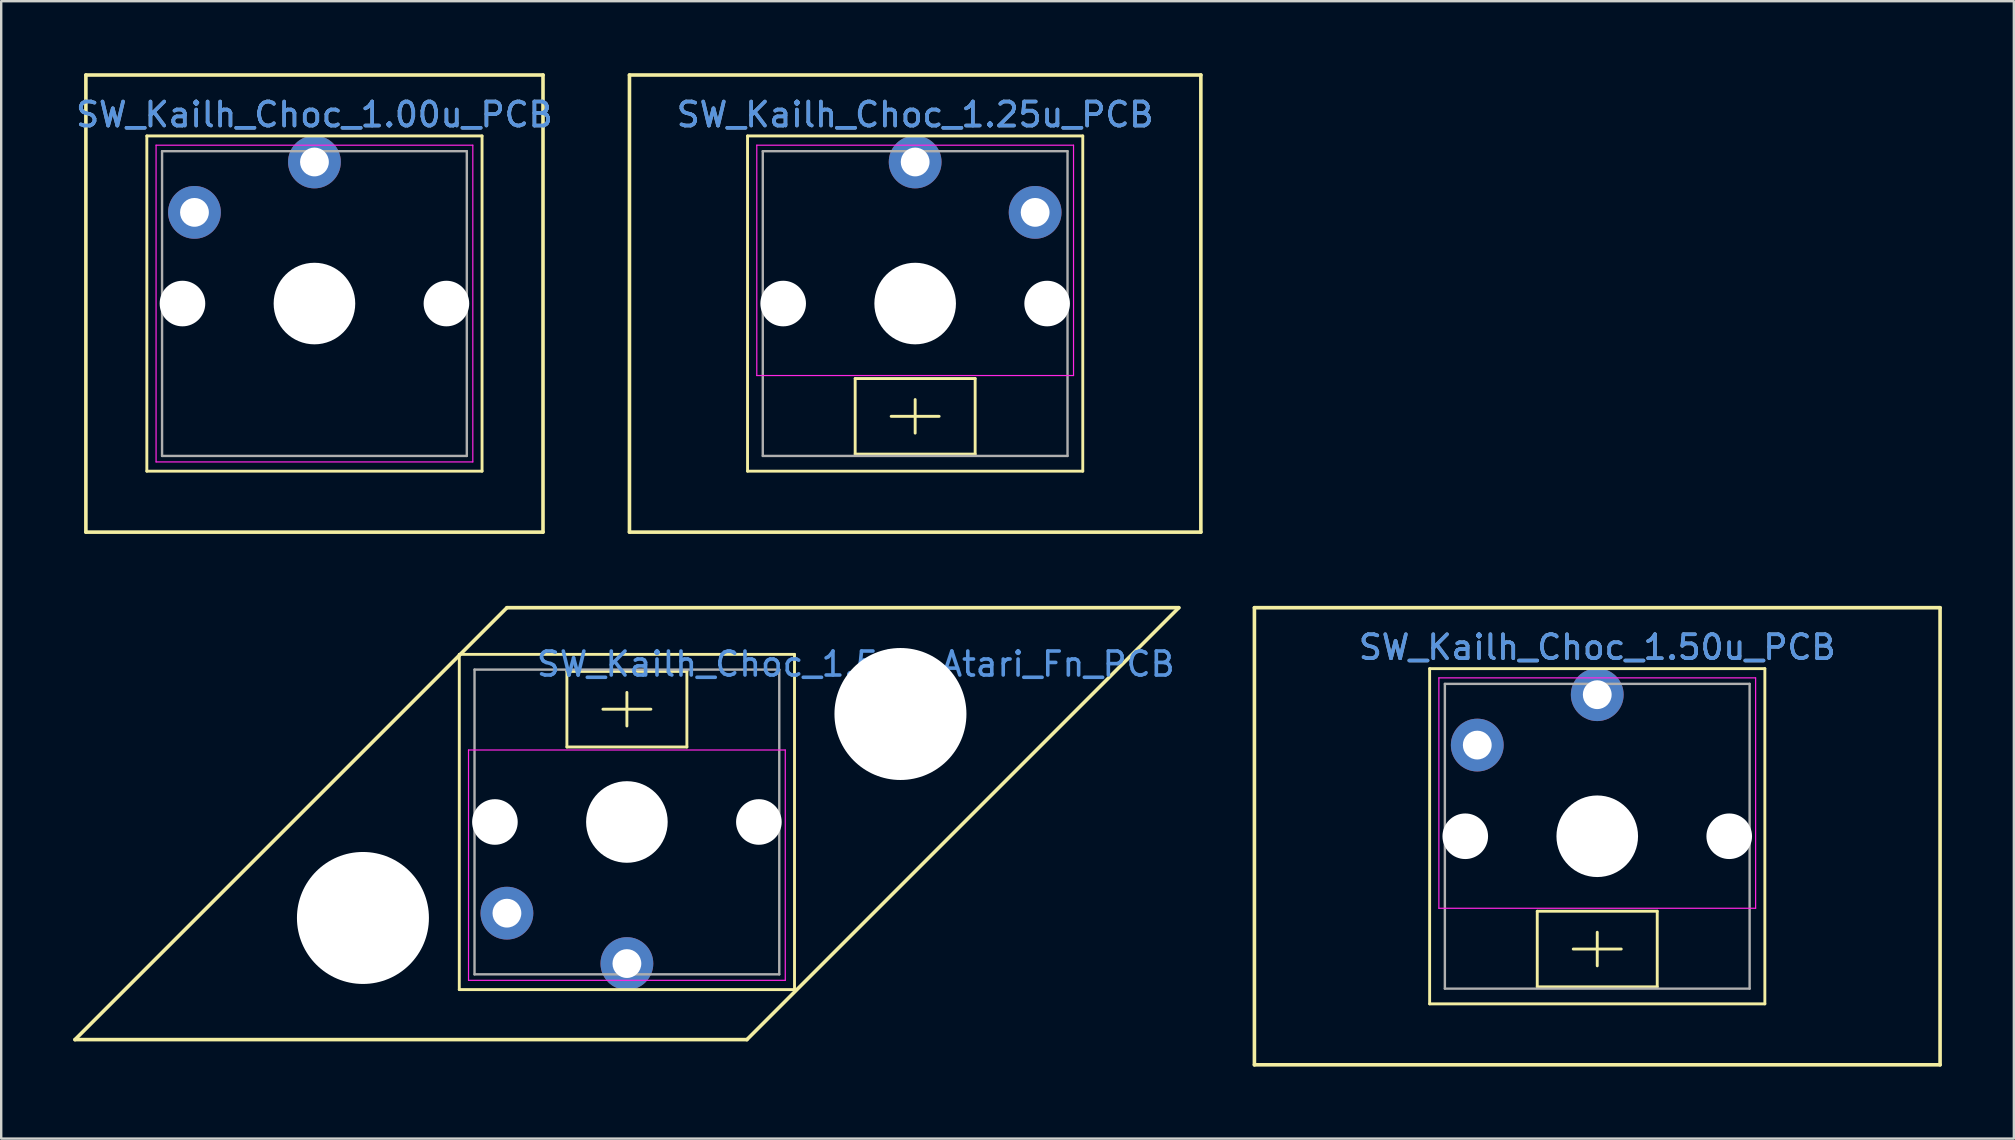
<source format=kicad_pcb>
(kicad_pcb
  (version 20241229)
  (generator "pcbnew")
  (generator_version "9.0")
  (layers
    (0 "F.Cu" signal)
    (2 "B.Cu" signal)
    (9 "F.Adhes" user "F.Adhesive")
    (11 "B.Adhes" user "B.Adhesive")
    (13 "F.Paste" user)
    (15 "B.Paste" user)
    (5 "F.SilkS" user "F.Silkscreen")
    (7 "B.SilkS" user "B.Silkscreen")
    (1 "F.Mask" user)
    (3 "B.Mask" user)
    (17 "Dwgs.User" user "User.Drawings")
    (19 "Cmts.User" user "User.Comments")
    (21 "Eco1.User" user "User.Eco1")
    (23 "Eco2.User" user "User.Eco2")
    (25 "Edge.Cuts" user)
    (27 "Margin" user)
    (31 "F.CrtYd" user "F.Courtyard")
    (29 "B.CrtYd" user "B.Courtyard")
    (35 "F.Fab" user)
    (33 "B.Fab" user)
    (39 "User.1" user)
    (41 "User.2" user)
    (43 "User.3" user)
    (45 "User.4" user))
  (footprint "SW_Kailh_Choc_1.50u_PCB"
    (layer "F.Cu")
    (at 63.513 31.8)
    (property "Reference" "SW_Kailh_Choc_1.50u_PCB" (at 0 -7.874 0) (layer "Cmts.User") (effects (font (size 1 1) (thickness 0.15))))
    (attr through_hole)
    (fp_line (start -14.287 -9.525) (end 14.287 -9.525) (stroke (width 0.15) (type solid)) (layer "F.SilkS"))
    (fp_line (start -14.287 9.525) (end -14.287 -9.525) (stroke (width 0.15) (type solid)) (layer "F.SilkS"))
    (fp_line (start -6.985 -6.985) (end 6.985 -6.985) (stroke (width 0.12) (type solid)) (layer "F.SilkS"))
    (fp_line (start -6.985 6.985) (end -6.985 -6.985) (stroke (width 0.12) (type solid)) (layer "F.SilkS"))
    (fp_line (start -2.5 3.125) (end -2.5 6.275) (stroke (width 0.12) (type solid)) (layer "F.SilkS"))
    (fp_line (start -2.5 3.125) (end 2.5 3.125) (stroke (width 0.12) (type solid)) (layer "F.SilkS"))
    (fp_line (start -1 4.7) (end 1 4.7) (stroke (width 0.12) (type solid)) (layer "F.SilkS"))
    (fp_line (start 0 4) (end 0 5.4) (stroke (width 0.12) (type solid)) (layer "F.SilkS"))
    (fp_line (start 2.5 3.125) (end 2.5 6.275) (stroke (width 0.12) (type solid)) (layer "F.SilkS"))
    (fp_line (start 2.5 6.275) (end -2.5 6.275) (stroke (width 0.12) (type solid)) (layer "F.SilkS"))
    (fp_line (start 6.985 -6.985) (end 6.985 6.985) (stroke (width 0.12) (type solid)) (layer "F.SilkS"))
    (fp_line (start 6.985 6.985) (end -6.985 6.985) (stroke (width 0.12) (type solid)) (layer "F.SilkS"))
    (fp_line (start 14.287 -9.525) (end 14.287 9.525) (stroke (width 0.15) (type solid)) (layer "F.SilkS"))
    (fp_line (start 14.287 9.525) (end -14.287 9.525) (stroke (width 0.15) (type solid)) (layer "F.SilkS"))
    (fp_line (start -6.6 -6.6) (end 6.6 -6.6) (stroke (width 0.05) (type solid)) (layer "F.CrtYd"))
    (fp_line (start -6.6 3) (end -6.6 -6.6) (stroke (width 0.05) (type solid)) (layer "F.CrtYd"))
    (fp_line (start 6.6 -6.6) (end 6.6 3) (stroke (width 0.05) (type solid)) (layer "F.CrtYd"))
    (fp_line (start 6.6 3) (end -6.6 3) (stroke (width 0.05) (type solid)) (layer "F.CrtYd"))
    (fp_line (start -6.35 -6.35) (end 6.35 -6.35) (stroke (width 0.1) (type solid)) (layer "F.Fab"))
    (fp_line (start -6.35 6.35) (end -6.35 -6.35) (stroke (width 0.1) (type solid)) (layer "F.Fab"))
    (fp_line (start 6.35 -6.35) (end 6.35 6.35) (stroke (width 0.1) (type solid)) (layer "F.Fab"))
    (fp_line (start 6.35 6.35) (end -6.35 6.35) (stroke (width 0.1) (type solid)) (layer "F.Fab"))
    (fp_text user "${REFERENCE}" (at 0 -7.874 0) (layer "F.Fab") (effects (font (size 1 1) (thickness 0.15))))
    (pad "" np_thru_hole circle (at -5.5 0) (size 1.9 1.9) (drill 1.9) (layers "*.Cu" "*.Mask"))
    (pad "" np_thru_hole circle (at 0 0) (size 3.4 3.4) (drill 3.4) (layers "*.Cu" "*.Mask"))
    (pad "" np_thru_hole circle (at 5.5 0) (size 1.9 1.9) (drill 1.9) (layers "*.Cu" "*.Mask"))
    (pad "1" thru_hole circle (at 0 -5.9) (size 2.2 2.2) (drill 1.2) (layers "*.Cu" "*.Mask"))
    (pad "2" thru_hole circle (at -5 -3.8) (size 2.2 2.2) (drill 1.2) (layers "*.Cu" "*.Mask")))
  (footprint "SW_Kailh_Choc_1.25u_PCB"
    (layer "F.Cu")
    (at 35.088 9.6)
    (property "Reference" "SW_Kailh_Choc_1.25u_PCB" (at 0 -7.874 0) (layer "Cmts.User") (effects (font (size 1 1) (thickness 0.15))))
    (attr through_hole)
    (fp_line (start -11.906 -9.525) (end 11.906 -9.525) (stroke (width 0.15) (type solid)) (layer "F.SilkS"))
    (fp_line (start -11.906 9.525) (end -11.906 -9.525) (stroke (width 0.15) (type solid)) (layer "F.SilkS"))
    (fp_line (start -6.985 -6.985) (end 6.985 -6.985) (stroke (width 0.12) (type solid)) (layer "F.SilkS"))
    (fp_line (start -6.985 6.985) (end -6.985 -6.985) (stroke (width 0.12) (type solid)) (layer "F.SilkS"))
    (fp_line (start -2.5 3.125) (end -2.5 6.275) (stroke (width 0.12) (type solid)) (layer "F.SilkS"))
    (fp_line (start -2.5 3.125) (end 2.5 3.125) (stroke (width 0.12) (type solid)) (layer "F.SilkS"))
    (fp_line (start -1 4.7) (end 1 4.7) (stroke (width 0.12) (type solid)) (layer "F.SilkS"))
    (fp_line (start 0 4) (end 0 5.4) (stroke (width 0.12) (type solid)) (layer "F.SilkS"))
    (fp_line (start 2.5 3.125) (end 2.5 6.275) (stroke (width 0.12) (type solid)) (layer "F.SilkS"))
    (fp_line (start 2.5 6.275) (end -2.5 6.275) (stroke (width 0.12) (type solid)) (layer "F.SilkS"))
    (fp_line (start 6.985 -6.985) (end 6.985 6.985) (stroke (width 0.12) (type solid)) (layer "F.SilkS"))
    (fp_line (start 6.985 6.985) (end -6.985 6.985) (stroke (width 0.12) (type solid)) (layer "F.SilkS"))
    (fp_line (start 11.906 -9.525) (end 11.906 9.525) (stroke (width 0.15) (type solid)) (layer "F.SilkS"))
    (fp_line (start 11.906 9.525) (end -11.906 9.525) (stroke (width 0.15) (type solid)) (layer "F.SilkS"))
    (fp_line (start -6.6 -6.6) (end 6.6 -6.6) (stroke (width 0.05) (type solid)) (layer "F.CrtYd"))
    (fp_line (start -6.6 3) (end -6.6 -6.6) (stroke (width 0.05) (type solid)) (layer "F.CrtYd"))
    (fp_line (start 6.6 -6.6) (end 6.6 3) (stroke (width 0.05) (type solid)) (layer "F.CrtYd"))
    (fp_line (start 6.6 3) (end -6.6 3) (stroke (width 0.05) (type solid)) (layer "F.CrtYd"))
    (fp_line (start -6.35 -6.35) (end 6.35 -6.35) (stroke (width 0.1) (type solid)) (layer "F.Fab"))
    (fp_line (start -6.35 6.35) (end -6.35 -6.35) (stroke (width 0.1) (type solid)) (layer "F.Fab"))
    (fp_line (start 6.35 -6.35) (end 6.35 6.35) (stroke (width 0.1) (type solid)) (layer "F.Fab"))
    (fp_line (start 6.35 6.35) (end -6.35 6.35) (stroke (width 0.1) (type solid)) (layer "F.Fab"))
    (fp_text user "${REFERENCE}" (at 0 -7.874 0) (layer "F.Fab") (effects (font (size 1 1) (thickness 0.15))))
    (pad "" np_thru_hole circle (at -5.5 0) (size 1.9 1.9) (drill 1.9) (layers "*.Cu" "*.Mask"))
    (pad "" np_thru_hole circle (at 0 0) (size 3.4 3.4) (drill 3.4) (layers "*.Cu" "*.Mask"))
    (pad "" np_thru_hole circle (at 5.5 0) (size 1.9 1.9) (drill 1.9) (layers "*.Cu" "*.Mask"))
    (pad "1" thru_hole circle (at 0 -5.9) (size 2.2 2.2) (drill 1.2) (layers "*.Cu" "*.Mask"))
    (pad "2" thru_hole circle (at 5 -3.8) (size 2.2 2.2) (drill 1.2) (layers "*.Cu" "*.Mask")))
  (footprint "SW_Kailh_Choc_1.00u_PCB"
    (layer "F.Cu")
    (at 10.054 9.6)
    (property "Reference" "SW_Kailh_Choc_1.00u_PCB" (at 0 -7.874 0) (layer "Cmts.User") (effects (font (size 1 1) (thickness 0.15))))
    (attr through_hole)
    (fp_line (start -9.525 -9.525) (end 9.525 -9.525) (stroke (width 0.15) (type solid)) (layer "F.SilkS"))
    (fp_line (start -9.525 9.525) (end -9.525 -9.525) (stroke (width 0.15) (type solid)) (layer "F.SilkS"))
    (fp_line (start -6.985 -6.985) (end 6.985 -6.985) (stroke (width 0.12) (type solid)) (layer "F.SilkS"))
    (fp_line (start -6.985 6.985) (end -6.985 -6.985) (stroke (width 0.12) (type solid)) (layer "F.SilkS"))
    (fp_line (start 6.985 -6.985) (end 6.985 6.985) (stroke (width 0.12) (type solid)) (layer "F.SilkS"))
    (fp_line (start 6.985 6.985) (end -6.985 6.985) (stroke (width 0.12) (type solid)) (layer "F.SilkS"))
    (fp_line (start 9.525 -9.525) (end 9.525 9.525) (stroke (width 0.15) (type solid)) (layer "F.SilkS"))
    (fp_line (start 9.525 9.525) (end -9.525 9.525) (stroke (width 0.15) (type solid)) (layer "F.SilkS"))
    (fp_line (start -6.6 -6.6) (end 6.6 -6.6) (stroke (width 0.05) (type solid)) (layer "F.CrtYd"))
    (fp_line (start -6.6 6.6) (end -6.6 -6.6) (stroke (width 0.05) (type solid)) (layer "F.CrtYd"))
    (fp_line (start 6.6 -6.6) (end 6.6 6.6) (stroke (width 0.05) (type solid)) (layer "F.CrtYd"))
    (fp_line (start 6.6 6.6) (end -6.6 6.6) (stroke (width 0.05) (type solid)) (layer "F.CrtYd"))
    (fp_line (start -6.35 -6.35) (end 6.35 -6.35) (stroke (width 0.1) (type solid)) (layer "F.Fab"))
    (fp_line (start -6.35 6.35) (end -6.35 -6.35) (stroke (width 0.1) (type solid)) (layer "F.Fab"))
    (fp_line (start 6.35 -6.35) (end 6.35 6.35) (stroke (width 0.1) (type solid)) (layer "F.Fab"))
    (fp_line (start 6.35 6.35) (end -6.35 6.35) (stroke (width 0.1) (type solid)) (layer "F.Fab"))
    (fp_text user "${REFERENCE}" (at 0 -7.874 0) (layer "F.Fab") (effects (font (size 1 1) (thickness 0.15))))
    (pad "" np_thru_hole circle (at -5.5 0) (size 1.9 1.9) (drill 1.9) (layers "*.Cu" "*.Mask"))
    (pad "" np_thru_hole circle (at 0 0) (size 3.4 3.4) (drill 3.4) (layers "*.Cu" "*.Mask"))
    (pad "" np_thru_hole circle (at 5.5 0) (size 1.9 1.9) (drill 1.9) (layers "*.Cu" "*.Mask"))
    (pad "1" thru_hole circle (at 0 -5.9) (size 2.2 2.2) (drill 1.2) (layers "*.Cu" "*.Mask"))
    (pad "2" thru_hole circle (at -5 -3.8) (size 2.2 2.2) (drill 1.2) (layers "*.Cu" "*.Mask")))
  (footprint "SW_Kailh_Choc_1.50u_Atari_Fn_PCB"
    (layer "F.Cu")
    (at 23.075 31.205)
    (property "Reference" "SW_Kailh_Choc_1.50u_Atari_Fn_PCB" (at 9.54 -6.58 0) (layer "Cmts.User") (effects (font (size 1 1) (thickness 0.15))))
    (attr through_hole)
    (fp_line (start -23 9.07) (end -5 -8.93) (stroke (width 0.15) (type solid)) (layer "F.SilkS"))
    (fp_line (start -6.985 -6.985) (end 6.985 -6.985) (stroke (width 0.12) (type solid)) (layer "F.SilkS"))
    (fp_line (start -6.985 6.985) (end -6.985 -6.985) (stroke (width 0.12) (type solid)) (layer "F.SilkS"))
    (fp_line (start -5 -8.93) (end 23 -8.93) (stroke (width 0.15) (type solid)) (layer "F.SilkS"))
    (fp_line (start -2.5 -6.275) (end 2.5 -6.275) (stroke (width 0.12) (type solid)) (layer "F.SilkS"))
    (fp_line (start -2.5 -3.125) (end -2.5 -6.275) (stroke (width 0.12) (type solid)) (layer "F.SilkS"))
    (fp_line (start 0 -4) (end 0 -5.4) (stroke (width 0.12) (type solid)) (layer "F.SilkS"))
    (fp_line (start 1 -4.7) (end -1 -4.7) (stroke (width 0.12) (type solid)) (layer "F.SilkS"))
    (fp_line (start 2.5 -3.125) (end -2.5 -3.125) (stroke (width 0.12) (type solid)) (layer "F.SilkS"))
    (fp_line (start 2.5 -3.125) (end 2.5 -6.275) (stroke (width 0.12) (type solid)) (layer "F.SilkS"))
    (fp_line (start 5 9.07) (end -23 9.07) (stroke (width 0.15) (type solid)) (layer "F.SilkS"))
    (fp_line (start 6.985 -6.985) (end 6.985 6.985) (stroke (width 0.12) (type solid)) (layer "F.SilkS"))
    (fp_line (start 6.985 6.985) (end -6.985 6.985) (stroke (width 0.12) (type solid)) (layer "F.SilkS"))
    (fp_line (start 23 -8.93) (end 5 9.07) (stroke (width 0.15) (type solid)) (layer "F.SilkS"))
    (fp_line (start -6.6 -3) (end 6.6 -3) (stroke (width 0.05) (type solid)) (layer "F.CrtYd"))
    (fp_line (start -6.6 6.6) (end -6.6 -3) (stroke (width 0.05) (type solid)) (layer "F.CrtYd"))
    (fp_line (start 6.6 -3) (end 6.6 6.6) (stroke (width 0.05) (type solid)) (layer "F.CrtYd"))
    (fp_line (start 6.6 6.6) (end -6.6 6.6) (stroke (width 0.05) (type solid)) (layer "F.CrtYd"))
    (fp_line (start -6.35 -6.35) (end 6.35 -6.35) (stroke (width 0.1) (type solid)) (layer "F.Fab"))
    (fp_line (start -6.35 6.35) (end -6.35 -6.35) (stroke (width 0.1) (type solid)) (layer "F.Fab"))
    (fp_line (start 6.35 -6.35) (end 6.35 6.35) (stroke (width 0.1) (type solid)) (layer "F.Fab"))
    (fp_line (start 6.35 6.35) (end -6.35 6.35) (stroke (width 0.1) (type solid)) (layer "F.Fab"))
    (pad "" np_thru_hole circle (at -11 4 45) (size 5.5 5.5) (drill 5.5) (layers "*.Cu" "*.Mask"))
    (pad "" np_thru_hole circle (at -5.5 0 180) (size 1.9 1.9) (drill 1.9) (layers "*.Cu" "*.Mask"))
    (pad "" np_thru_hole circle (at 0 0 180) (size 3.4 3.4) (drill 3.4) (layers "*.Cu" "*.Mask"))
    (pad "" np_thru_hole circle (at 5.5 0 180) (size 1.9 1.9) (drill 1.9) (layers "*.Cu" "*.Mask"))
    (pad "" np_thru_hole circle (at 11.4 -4.5 45) (size 5.5 5.5) (drill 5.5) (layers "*.Cu" "*.Mask"))
    (pad "1" thru_hole circle (at 0 5.9 180) (size 2.2 2.2) (drill 1.2) (layers "*.Cu" "*.Mask"))
    (pad "2" thru_hole circle (at -5 3.8 180) (size 2.2 2.2) (drill 1.2) (layers "*.Cu" "*.Mask")))
  (gr_rect
    (start -3 -3)
    (end 80.875 44.4)
    (stroke (width 0.1) (type default))
    (fill no)
    (layer "Edge.Cuts")))
</source>
